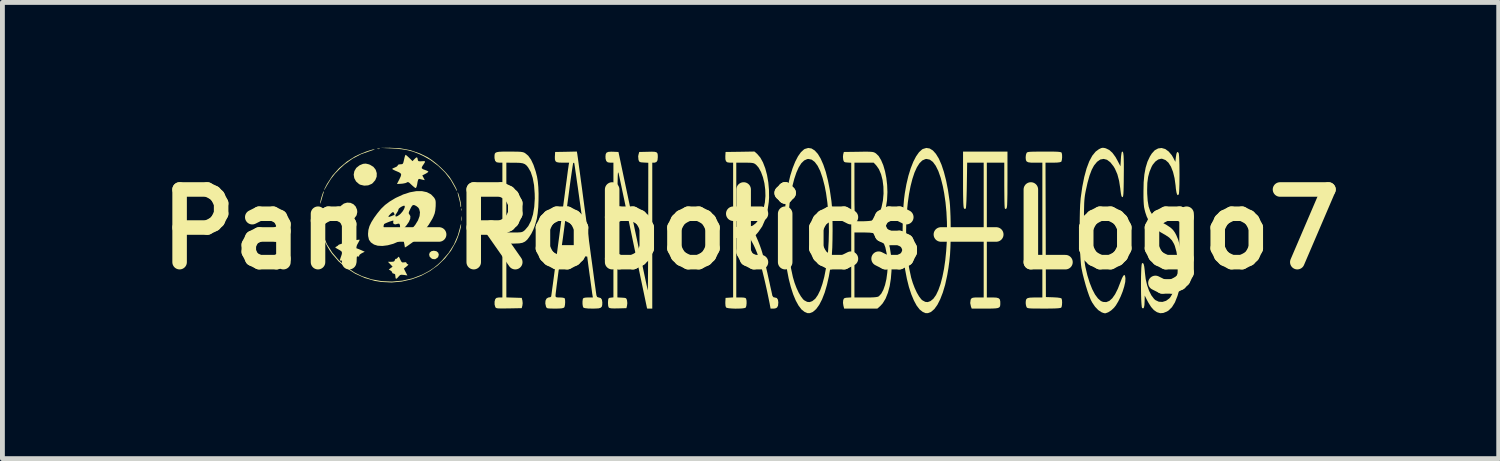
<source format=kicad_pcb>
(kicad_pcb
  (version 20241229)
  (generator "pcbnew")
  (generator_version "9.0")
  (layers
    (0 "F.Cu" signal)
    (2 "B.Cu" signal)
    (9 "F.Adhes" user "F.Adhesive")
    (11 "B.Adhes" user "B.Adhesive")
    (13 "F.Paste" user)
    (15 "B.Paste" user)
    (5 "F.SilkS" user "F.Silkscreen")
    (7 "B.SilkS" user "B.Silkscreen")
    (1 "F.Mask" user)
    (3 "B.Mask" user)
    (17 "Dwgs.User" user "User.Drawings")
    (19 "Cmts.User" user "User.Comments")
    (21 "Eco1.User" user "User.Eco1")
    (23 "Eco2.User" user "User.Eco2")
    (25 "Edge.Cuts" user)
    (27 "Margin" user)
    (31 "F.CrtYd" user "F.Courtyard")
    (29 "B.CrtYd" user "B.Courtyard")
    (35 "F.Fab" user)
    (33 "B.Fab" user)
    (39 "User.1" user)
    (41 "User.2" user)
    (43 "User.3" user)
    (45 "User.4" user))
  (footprint "Pan-Robotics-Logo7"
    (layer "F.Cu")
    (at 12.443 1.683)
    (property "Reference" "Pan-Robotics-Logo7" (at 0 0 0) (layer "F.SilkS") (effects (font (size 1.5 1.5) (thickness 0.3))))
    (attr board_only exclude_from_pos_files exclude_from_bom)
    (fp_poly (pts (xy -8.876 -0.07) (xy -8.874 -0.036) (xy -8.876 -0.029) (xy -8.882 -0.027) (xy -8.884 -0.049) (xy -8.882 -0.072)) (stroke (width 0) (type solid)) (fill yes) (layer "F.SilkS"))
    (fp_poly (pts (xy -5.963 -0.43) (xy -5.961 -0.396) (xy -5.963 -0.389) (xy -5.969 -0.387) (xy -5.971 -0.409) (xy -5.968 -0.432)) (stroke (width 0) (type solid)) (fill yes) (layer "F.SilkS"))
    (fp_poly (pts (xy -8.891 -0.454) (xy -8.889 -0.401) (xy -8.891 -0.364) (xy -8.895 -0.354) (xy -8.897 -0.373) (xy -8.898 -0.409) (xy -8.897 -0.45) (xy -8.895 -0.465)) (stroke (width 0) (type solid)) (fill yes) (layer "F.SilkS"))
    (fp_poly (pts (xy -7.655 -1.664) (xy -7.654 -1.658) (xy -7.68 -1.656) (xy -7.684 -1.656) (xy -7.709 -1.659) (xy -7.707 -1.663) (xy -7.704 -1.664) (xy -7.668 -1.667)) (stroke (width 0) (type solid)) (fill yes) (layer "F.SilkS"))
    (fp_poly (pts (xy -5.962 -0.258) (xy -5.959 -0.209) (xy -5.962 -0.176) (xy -5.966 -0.169) (xy -5.968 -0.191) (xy -5.969 -0.221) (xy -5.968 -0.258) (xy -5.965 -0.269)) (stroke (width 0) (type solid)) (fill yes) (layer "F.SilkS"))
    (fp_poly (pts (xy -8.891 -0.233) (xy -8.891 -0.233) (xy -8.889 -0.18) (xy -8.891 -0.135) (xy -8.895 -0.126) (xy -8.897 -0.145) (xy -8.898 -0.188) (xy -8.897 -0.23) (xy -8.895 -0.246)) (stroke (width 0) (type solid)) (fill yes) (layer "F.SilkS"))
    (fp_poly (pts (xy -6.484 0.453) (xy -6.448 0.483) (xy -6.435 0.524) (xy -6.448 0.569) (xy -6.465 0.589) (xy -6.511 0.618) (xy -6.562 0.614) (xy -6.583 0.604) (xy -6.623 0.567) (xy -6.635 0.524) (xy -6.624 0.483) (xy -6.59 0.453) (xy -6.54 0.442)) (stroke (width 0) (type solid)) (fill yes) (layer "F.SilkS"))
    (fp_poly (pts (xy -8.808 -0.773) (xy -8.813 -0.757) (xy -8.822 -0.727) (xy -8.837 -0.677) (xy -8.854 -0.616) (xy -8.855 -0.614) (xy -8.869 -0.564) (xy -8.88 -0.535) (xy -8.886 -0.531) (xy -8.886 -0.534) (xy -8.882 -0.565) (xy -8.871 -0.613) (xy -8.856 -0.668) (xy -8.839 -0.72) (xy -8.824 -0.762) (xy -8.813 -0.784) (xy -8.811 -0.786)) (stroke (width 0) (type solid)) (fill yes) (layer "F.SilkS"))
    (fp_poly (pts (xy -6.038 -0.754) (xy -6.024 -0.714) (xy -6.015 -0.685) (xy -5.998 -0.62) (xy -5.984 -0.557) (xy -5.976 -0.504) (xy -5.975 -0.469) (xy -5.98 -0.458) (xy -5.988 -0.472) (xy -5.99 -0.495) (xy -5.994 -0.53) (xy -6.005 -0.583) (xy -6.021 -0.646) (xy -6.022 -0.647) (xy -6.038 -0.71) (xy -6.046 -0.75) (xy -6.046 -0.765)) (stroke (width 0) (type solid)) (fill yes) (layer "F.SilkS"))
    (fp_poly (pts (xy -8.259 -0.546) (xy -8.198 -0.518) (xy -8.151 -0.47) (xy -8.123 -0.404) (xy -8.118 -0.356) (xy -8.132 -0.29) (xy -8.171 -0.236) (xy -8.228 -0.199) (xy -8.296 -0.181) (xy -8.368 -0.187) (xy -8.416 -0.206) (xy -8.472 -0.252) (xy -8.502 -0.314) (xy -8.506 -0.382) (xy -8.483 -0.449) (xy -8.457 -0.484) (xy -8.395 -0.531) (xy -8.327 -0.551)) (stroke (width 0) (type solid)) (fill yes) (layer "F.SilkS"))
    (fp_poly (pts (xy -7.883 -1.342) (xy -7.856 -1.332) (xy -7.785 -1.289) (xy -7.738 -1.229) (xy -7.716 -1.159) (xy -7.718 -1.085) (xy -7.747 -1.014) (xy -7.801 -0.952) (xy -7.821 -0.937) (xy -7.893 -0.907) (xy -7.975 -0.901) (xy -8.053 -0.919) (xy -8.08 -0.932) (xy -8.143 -0.987) (xy -8.18 -1.055) (xy -8.192 -1.128) (xy -8.178 -1.201) (xy -8.139 -1.267) (xy -8.075 -1.318) (xy -8.062 -1.325) (xy -7.998 -1.351) (xy -7.943 -1.356)) (stroke (width 0) (type solid)) (fill yes) (layer "F.SilkS"))
    (fp_poly (pts (xy -7.762 -1.647) (xy -7.788 -1.637) (xy -7.835 -1.622) (xy -7.846 -1.618) (xy -8.042 -1.549) (xy -8.219 -1.456) (xy -8.383 -1.337) (xy -8.467 -1.261) (xy -8.575 -1.15) (xy -8.662 -1.039) (xy -8.737 -0.917) (xy -8.75 -0.894) (xy -8.777 -0.847) (xy -8.796 -0.816) (xy -8.804 -0.808) (xy -8.805 -0.809) (xy -8.797 -0.829) (xy -8.778 -0.87) (xy -8.75 -0.923) (xy -8.746 -0.932) (xy -8.632 -1.106) (xy -8.493 -1.263) (xy -8.331 -1.399) (xy -8.167 -1.503) (xy -8.095 -1.538) (xy -8.015 -1.573) (xy -7.934 -1.605) (xy -7.859 -1.63) (xy -7.799 -1.647) (xy -7.763 -1.652)) (stroke (width 0) (type solid)) (fill yes) (layer "F.SilkS"))
    (fp_poly (pts (xy -7.229 -1.672) (xy -7.021 -1.633) (xy -6.822 -1.564) (xy -6.665 -1.487) (xy -6.578 -1.429) (xy -6.482 -1.354) (xy -6.386 -1.268) (xy -6.298 -1.18) (xy -6.226 -1.096) (xy -6.203 -1.065) (xy -6.166 -1.006) (xy -6.13 -0.944) (xy -6.097 -0.885) (xy -6.073 -0.836) (xy -6.06 -0.802) (xy -6.06 -0.792) (xy -6.07 -0.801) (xy -6.087 -0.833) (xy -6.098 -0.855) (xy -6.188 -1.016) (xy -6.305 -1.169) (xy -6.446 -1.307) (xy -6.605 -1.427) (xy -6.743 -1.506) (xy -6.861 -1.561) (xy -6.971 -1.603) (xy -7.081 -1.632) (xy -7.201 -1.652) (xy -7.34 -1.665) (xy -7.406 -1.669) (xy -7.635 -1.68) (xy -7.452 -1.683)) (stroke (width 0) (type solid)) (fill yes) (layer "F.SilkS"))
    (fp_poly (pts (xy -7.259 0.569) (xy -7.245 0.593) (xy -7.232 0.622) (xy -7.211 0.664) (xy -7.192 0.683) (xy -7.166 0.684) (xy -7.152 0.682) (xy -7.116 0.679) (xy -7.103 0.691) (xy -7.103 0.696) (xy -7.089 0.717) (xy -7.074 0.721) (xy -7.063 0.726) (xy -7.075 0.744) (xy -7.101 0.767) (xy -7.156 0.812) (xy -7.12 0.883) (xy -7.084 0.953) (xy -7.157 0.942) (xy -7.204 0.938) (xy -7.233 0.944) (xy -7.259 0.968) (xy -7.27 0.982) (xy -7.297 1.011) (xy -7.317 1.022) (xy -7.321 1.021) (xy -7.329 0.997) (xy -7.332 0.963) (xy -7.338 0.928) (xy -7.359 0.917) (xy -7.365 0.916) (xy -7.391 0.907) (xy -7.397 0.893) (xy -7.41 0.867) (xy -7.433 0.85) (xy -7.468 0.831) (xy -7.429 0.801) (xy -7.389 0.771) (xy -7.437 0.721) (xy -7.485 0.671) (xy -7.419 0.671) (xy -7.374 0.668) (xy -7.351 0.655) (xy -7.343 0.635) (xy -7.331 0.611) (xy -7.322 0.61) (xy -7.305 0.607) (xy -7.286 0.588) (xy -7.271 0.569)) (stroke (width 0) (type solid)) (fill yes) (layer "F.SilkS"))
    (fp_poly (pts (xy -5.975 -0.101) (xy -5.98 -0.046) (xy -5.998 0.03) (xy -6.025 0.117) (xy -6.058 0.206) (xy -6.081 0.259) (xy -6.182 0.44) (xy -6.308 0.602) (xy -6.455 0.744) (xy -6.621 0.864) (xy -6.802 0.961) (xy -6.996 1.033) (xy -7.2 1.079) (xy -7.41 1.098) (xy -7.623 1.087) (xy -7.757 1.065) (xy -7.965 1.005) (xy -8.16 0.917) (xy -8.339 0.803) (xy -8.5 0.666) (xy -8.638 0.507) (xy -8.688 0.436) (xy -8.728 0.368) (xy -8.77 0.289) (xy -8.808 0.208) (xy -8.839 0.132) (xy -8.861 0.068) (xy -8.87 0.024) (xy -8.87 0.021) (xy -8.865 0.022) (xy -8.852 0.049) (xy -8.834 0.096) (xy -8.823 0.127) (xy -8.742 0.312) (xy -8.632 0.484) (xy -8.498 0.641) (xy -8.343 0.779) (xy -8.17 0.894) (xy -8.021 0.967) (xy -7.823 1.033) (xy -7.614 1.07) (xy -7.401 1.079) (xy -7.188 1.06) (xy -6.982 1.013) (xy -6.787 0.939) (xy -6.755 0.923) (xy -6.642 0.863) (xy -6.547 0.8) (xy -6.457 0.728) (xy -6.373 0.648) (xy -6.234 0.488) (xy -6.123 0.313) (xy -6.042 0.124) (xy -6.001 -0.025) (xy -5.989 -0.074) (xy -5.98 -0.102) (xy -5.975 -0.104)) (stroke (width 0) (type solid)) (fill yes) (layer "F.SilkS"))
    (fp_poly (pts (xy 6.18 -1.604) (xy 6.268 -1.603) (xy 6.332 -1.601) (xy 6.375 -1.597) (xy 6.402 -1.592) (xy 6.416 -1.586) (xy 6.422 -1.578) (xy 6.43 -1.537) (xy 6.431 -1.484) (xy 6.426 -1.434) (xy 6.416 -1.399) (xy 6.412 -1.394) (xy 6.384 -1.384) (xy 6.327 -1.377) (xy 6.245 -1.375) (xy 6.24 -1.375) (xy 6.088 -1.375) (xy 6.092 0.012) (xy 6.096 1.399) (xy 6.251 1.404) (xy 6.334 1.409) (xy 6.39 1.417) (xy 6.418 1.427) (xy 6.419 1.429) (xy 6.428 1.462) (xy 6.431 1.511) (xy 6.428 1.562) (xy 6.42 1.603) (xy 6.412 1.617) (xy 6.393 1.624) (xy 6.351 1.63) (xy 6.283 1.634) (xy 6.187 1.636) (xy 6.061 1.637) (xy 6.053 1.637) (xy 5.939 1.636) (xy 5.853 1.636) (xy 5.791 1.634) (xy 5.75 1.631) (xy 5.723 1.626) (xy 5.707 1.619) (xy 5.699 1.609) (xy 5.696 1.605) (xy 5.684 1.565) (xy 5.679 1.522) (xy 5.682 1.473) (xy 5.693 1.44) (xy 5.72 1.42) (xy 5.766 1.411) (xy 5.837 1.408) (xy 5.868 1.407) (xy 6.023 1.407) (xy 6.023 0.016) (xy 6.023 -1.375) (xy 5.868 -1.375) (xy 5.787 -1.376) (xy 5.733 -1.383) (xy 5.7 -1.399) (xy 5.684 -1.427) (xy 5.679 -1.471) (xy 5.679 -1.489) (xy 5.684 -1.537) (xy 5.696 -1.572) (xy 5.703 -1.583) (xy 5.716 -1.591) (xy 5.737 -1.596) (xy 5.772 -1.6) (xy 5.825 -1.602) (xy 5.899 -1.603) (xy 6 -1.604) (xy 6.062 -1.604)) (stroke (width 0) (type solid)) (fill yes) (layer "F.SilkS"))
    (fp_poly (pts (xy -8.349 0.124) (xy -8.318 0.159) (xy -8.314 0.164) (xy -8.278 0.204) (xy -8.254 0.222) (xy -8.236 0.221) (xy -8.226 0.214) (xy -8.205 0.202) (xy -8.199 0.212) (xy -8.188 0.224) (xy -8.151 0.224) (xy -8.134 0.221) (xy -8.093 0.216) (xy -8.07 0.216) (xy -8.068 0.218) (xy -8.076 0.235) (xy -8.095 0.272) (xy -8.109 0.297) (xy -8.137 0.349) (xy -8.148 0.379) (xy -8.144 0.391) (xy -8.136 0.393) (xy -8.114 0.399) (xy -8.073 0.415) (xy -8.043 0.428) (xy -7.964 0.463) (xy -8.026 0.494) (xy -8.065 0.52) (xy -8.08 0.543) (xy -8.079 0.547) (xy -8.082 0.563) (xy -8.102 0.561) (xy -8.123 0.56) (xy -8.132 0.578) (xy -8.135 0.616) (xy -8.139 0.678) (xy -8.149 0.711) (xy -8.17 0.715) (xy -8.204 0.694) (xy -8.224 0.678) (xy -8.28 0.639) (xy -8.329 0.622) (xy -8.364 0.629) (xy -8.368 0.632) (xy -8.39 0.641) (xy -8.424 0.646) (xy -8.458 0.647) (xy -8.477 0.642) (xy -8.478 0.64) (xy -8.473 0.62) (xy -8.46 0.58) (xy -8.449 0.551) (xy -8.434 0.508) (xy -8.431 0.479) (xy -8.442 0.458) (xy -8.473 0.435) (xy -8.528 0.404) (xy -8.53 0.403) (xy -8.564 0.383) (xy -8.572 0.371) (xy -8.557 0.36) (xy -8.547 0.356) (xy -8.519 0.338) (xy -8.51 0.327) (xy -8.496 0.316) (xy -8.463 0.306) (xy -8.432 0.295) (xy -8.415 0.273) (xy -8.405 0.228) (xy -8.404 0.226) (xy -8.393 0.159) (xy -8.383 0.121) (xy -8.37 0.11)) (stroke (width 0) (type solid)) (fill yes) (layer "F.SilkS"))
    (fp_poly (pts (xy 5.303 -1.025) (xy 5.302 -0.867) (xy 5.302 -0.739) (xy 5.3 -0.637) (xy 5.298 -0.56) (xy 5.296 -0.503) (xy 5.292 -0.464) (xy 5.287 -0.44) (xy 5.281 -0.428) (xy 5.28 -0.427) (xy 5.259 -0.418) (xy 5.247 -0.435) (xy 5.245 -0.457) (xy 5.242 -0.508) (xy 5.24 -0.583) (xy 5.239 -0.677) (xy 5.238 -0.786) (xy 5.237 -0.906) (xy 5.237 -0.918) (xy 5.237 -1.375) (xy 5.057 -1.375) (xy 4.877 -1.375) (xy 4.877 0.016) (xy 4.877 1.407) (xy 4.999 1.407) (xy 5.072 1.41) (xy 5.118 1.422) (xy 5.144 1.445) (xy 5.154 1.486) (xy 5.155 1.522) (xy 5.154 1.562) (xy 5.149 1.591) (xy 5.134 1.611) (xy 5.106 1.625) (xy 5.061 1.632) (xy 4.993 1.636) (xy 4.9 1.637) (xy 4.843 1.637) (xy 4.565 1.637) (xy 4.549 1.595) (xy 4.534 1.523) (xy 4.542 1.458) (xy 4.55 1.439) (xy 4.564 1.423) (xy 4.588 1.413) (xy 4.629 1.408) (xy 4.689 1.407) (xy 4.812 1.407) (xy 4.812 0.016) (xy 4.812 -1.375) (xy 4.641 -1.375) (xy 4.471 -1.375) (xy 4.464 -0.921) (xy 4.462 -0.801) (xy 4.459 -0.691) (xy 4.456 -0.595) (xy 4.452 -0.518) (xy 4.448 -0.464) (xy 4.445 -0.438) (xy 4.445 -0.437) (xy 4.429 -0.418) (xy 4.409 -0.427) (xy 4.403 -0.437) (xy 4.398 -0.459) (xy 4.394 -0.496) (xy 4.391 -0.549) (xy 4.389 -0.623) (xy 4.387 -0.72) (xy 4.386 -0.844) (xy 4.386 -0.997) (xy 4.386 -1.025) (xy 4.386 -1.604) (xy 4.844 -1.604) (xy 5.303 -1.604)) (stroke (width 0) (type solid)) (fill yes) (layer "F.SilkS"))
    (fp_poly (pts (xy -7.106 -1.528) (xy -7.075 -1.501) (xy -7.045 -1.473) (xy -6.978 -1.407) (xy -6.939 -1.448) (xy -6.905 -1.48) (xy -6.884 -1.485) (xy -6.874 -1.463) (xy -6.871 -1.445) (xy -6.865 -1.418) (xy -6.851 -1.406) (xy -6.82 -1.403) (xy -6.786 -1.405) (xy -6.741 -1.407) (xy -6.72 -1.402) (xy -6.722 -1.384) (xy -6.745 -1.347) (xy -6.762 -1.323) (xy -6.786 -1.283) (xy -6.786 -1.258) (xy -6.759 -1.239) (xy -6.726 -1.227) (xy -6.683 -1.211) (xy -6.655 -1.196) (xy -6.651 -1.192) (xy -6.66 -1.178) (xy -6.69 -1.157) (xy -6.71 -1.146) (xy -6.776 -1.112) (xy -6.75 -1.063) (xy -6.725 -1.014) (xy -6.771 -1.024) (xy -6.811 -1.033) (xy -6.836 -1.04) (xy -6.851 -1.038) (xy -6.863 -1.019) (xy -6.874 -0.978) (xy -6.882 -0.927) (xy -6.893 -0.882) (xy -6.906 -0.855) (xy -6.913 -0.851) (xy -6.934 -0.862) (xy -6.968 -0.89) (xy -7 -0.919) (xy -7.04 -0.957) (xy -7.066 -0.974) (xy -7.084 -0.973) (xy -7.093 -0.967) (xy -7.123 -0.954) (xy -7.173 -0.944) (xy -7.209 -0.94) (xy -7.299 -0.935) (xy -7.248 -1.035) (xy -7.222 -1.09) (xy -7.212 -1.127) (xy -7.222 -1.153) (xy -7.255 -1.176) (xy -7.315 -1.202) (xy -7.326 -1.206) (xy -7.368 -1.226) (xy -7.394 -1.242) (xy -7.397 -1.247) (xy -7.384 -1.258) (xy -7.349 -1.273) (xy -7.34 -1.277) (xy -7.303 -1.295) (xy -7.284 -1.315) (xy -7.283 -1.319) (xy -7.268 -1.337) (xy -7.228 -1.342) (xy -7.197 -1.344) (xy -7.179 -1.353) (xy -7.167 -1.378) (xy -7.155 -1.427) (xy -7.152 -1.44) (xy -7.14 -1.492) (xy -7.128 -1.527) (xy -7.122 -1.538)) (stroke (width 0) (type solid)) (fill yes) (layer "F.SilkS"))
    (fp_poly (pts (xy -4.875 -1.603) (xy -4.799 -1.602) (xy -4.745 -1.599) (xy -4.706 -1.593) (xy -4.678 -1.585) (xy -4.656 -1.573) (xy -4.654 -1.572) (xy -4.589 -1.518) (xy -4.532 -1.438) (xy -4.481 -1.33) (xy -4.435 -1.193) (xy -4.408 -1.088) (xy -4.392 -0.991) (xy -4.381 -0.87) (xy -4.376 -0.735) (xy -4.377 -0.594) (xy -4.382 -0.457) (xy -4.394 -0.332) (xy -4.41 -0.228) (xy -4.415 -0.206) (xy -4.448 -0.089) (xy -4.483 0.005) (xy -4.523 0.087) (xy -4.567 0.156) (xy -4.611 0.215) (xy -4.656 0.254) (xy -4.709 0.279) (xy -4.777 0.291) (xy -4.868 0.294) (xy -4.881 0.295) (xy -5.041 0.295) (xy -5.041 0.85) (xy -5.041 1.406) (xy -4.882 1.411) (xy -4.724 1.416) (xy -4.71 1.469) (xy -4.704 1.524) (xy -4.71 1.575) (xy -4.724 1.628) (xy -4.988 1.633) (xy -5.087 1.634) (xy -5.158 1.634) (xy -5.206 1.633) (xy -5.237 1.629) (xy -5.255 1.622) (xy -5.265 1.612) (xy -5.269 1.605) (xy -5.284 1.553) (xy -5.284 1.491) (xy -5.269 1.439) (xy -5.245 1.416) (xy -5.201 1.408) (xy -5.187 1.407) (xy -5.123 1.407) (xy -5.123 0.016) (xy -5.123 -1.375) (xy -5.041 -1.375) (xy -5.041 -0.655) (xy -5.041 0.065) (xy -4.878 0.065) (xy -4.803 0.065) (xy -4.752 0.062) (xy -4.718 0.056) (xy -4.692 0.043) (xy -4.666 0.023) (xy -4.657 0.015) (xy -4.588 -0.066) (xy -4.532 -0.175) (xy -4.491 -0.307) (xy -4.465 -0.462) (xy -4.454 -0.635) (xy -4.456 -0.735) (xy -4.469 -0.91) (xy -4.497 -1.06) (xy -4.538 -1.184) (xy -4.591 -1.276) (xy -4.624 -1.317) (xy -4.659 -1.345) (xy -4.702 -1.362) (xy -4.76 -1.371) (xy -4.842 -1.374) (xy -4.873 -1.374) (xy -5.041 -1.375) (xy -5.123 -1.375) (xy -5.187 -1.375) (xy -5.241 -1.383) (xy -5.272 -1.412) (xy -5.285 -1.465) (xy -5.286 -1.489) (xy -5.285 -1.529) (xy -5.28 -1.559) (xy -5.265 -1.579) (xy -5.237 -1.592) (xy -5.19 -1.6) (xy -5.122 -1.603) (xy -5.027 -1.604) (xy -4.979 -1.604)) (stroke (width 0) (type solid)) (fill yes) (layer "F.SilkS"))
    (fp_poly (pts (xy 1.258 -1.668) (xy 1.324 -1.627) (xy 1.388 -1.557) (xy 1.447 -1.459) (xy 1.502 -1.334) (xy 1.553 -1.183) (xy 1.597 -1.008) (xy 1.636 -0.81) (xy 1.668 -0.59) (xy 1.671 -0.565) (xy 1.678 -0.49) (xy 1.684 -0.389) (xy 1.688 -0.269) (xy 1.692 -0.137) (xy 1.693 -0.001) (xy 1.693 0.025) (xy 1.691 0.214) (xy 1.687 0.378) (xy 1.678 0.525) (xy 1.665 0.662) (xy 1.647 0.797) (xy 1.622 0.939) (xy 1.618 0.964) (xy 1.577 1.146) (xy 1.53 1.307) (xy 1.476 1.446) (xy 1.417 1.56) (xy 1.354 1.647) (xy 1.288 1.704) (xy 1.275 1.711) (xy 1.222 1.731) (xy 1.173 1.73) (xy 1.115 1.705) (xy 1.113 1.704) (xy 1.051 1.655) (xy 0.991 1.576) (xy 0.933 1.471) (xy 0.879 1.342) (xy 0.831 1.192) (xy 0.788 1.024) (xy 0.753 0.842) (xy 0.745 0.789) (xy 0.725 0.617) (xy 0.711 0.42) (xy 0.702 0.209) (xy 0.701 0.026) (xy 0.772 0.026) (xy 0.776 0.226) (xy 0.787 0.424) (xy 0.807 0.618) (xy 0.835 0.806) (xy 0.873 0.984) (xy 0.876 0.995) (xy 0.908 1.104) (xy 0.948 1.21) (xy 0.993 1.307) (xy 1.04 1.387) (xy 1.085 1.446) (xy 1.111 1.468) (xy 1.168 1.498) (xy 1.218 1.503) (xy 1.274 1.483) (xy 1.275 1.482) (xy 1.335 1.434) (xy 1.389 1.357) (xy 1.439 1.254) (xy 1.483 1.127) (xy 1.522 0.981) (xy 1.554 0.817) (xy 1.58 0.639) (xy 1.6 0.449) (xy 1.612 0.252) (xy 1.617 0.05) (xy 1.615 -0.154) (xy 1.604 -0.357) (xy 1.585 -0.556) (xy 1.558 -0.747) (xy 1.53 -0.892) (xy 1.486 -1.062) (xy 1.438 -1.202) (xy 1.384 -1.311) (xy 1.325 -1.39) (xy 1.263 -1.437) (xy 1.196 -1.452) (xy 1.169 -1.449) (xy 1.107 -1.421) (xy 1.048 -1.364) (xy 0.994 -1.279) (xy 0.946 -1.171) (xy 0.902 -1.041) (xy 0.864 -0.893) (xy 0.833 -0.729) (xy 0.807 -0.552) (xy 0.789 -0.366) (xy 0.777 -0.172) (xy 0.772 0.026) (xy 0.701 0.026) (xy 0.7 -0.009) (xy 0.704 -0.226) (xy 0.714 -0.434) (xy 0.73 -0.623) (xy 0.745 -0.745) (xy 0.778 -0.931) (xy 0.819 -1.104) (xy 0.867 -1.259) (xy 0.921 -1.394) (xy 0.979 -1.506) (xy 1.04 -1.592) (xy 1.103 -1.649) (xy 1.119 -1.658) (xy 1.19 -1.679)) (stroke (width 0) (type solid)) (fill yes) (layer "F.SilkS"))
    (fp_poly (pts (xy 3.697 -1.668) (xy 3.763 -1.627) (xy 3.826 -1.557) (xy 3.886 -1.459) (xy 3.941 -1.334) (xy 3.991 -1.183) (xy 4.036 -1.008) (xy 4.075 -0.81) (xy 4.107 -0.59) (xy 4.11 -0.565) (xy 4.117 -0.49) (xy 4.122 -0.389) (xy 4.127 -0.269) (xy 4.13 -0.137) (xy 4.131 -0.001) (xy 4.131 0.025) (xy 4.13 0.214) (xy 4.125 0.378) (xy 4.117 0.525) (xy 4.103 0.662) (xy 4.085 0.797) (xy 4.061 0.939) (xy 4.056 0.964) (xy 4.016 1.146) (xy 3.968 1.307) (xy 3.914 1.446) (xy 3.856 1.56) (xy 3.793 1.647) (xy 3.727 1.704) (xy 3.714 1.711) (xy 3.66 1.731) (xy 3.611 1.73) (xy 3.553 1.705) (xy 3.552 1.704) (xy 3.49 1.655) (xy 3.429 1.576) (xy 3.372 1.471) (xy 3.318 1.342) (xy 3.269 1.192) (xy 3.227 1.024) (xy 3.192 0.842) (xy 3.184 0.789) (xy 3.163 0.617) (xy 3.149 0.42) (xy 3.141 0.209) (xy 3.139 0.026) (xy 3.211 0.026) (xy 3.214 0.226) (xy 3.226 0.424) (xy 3.246 0.618) (xy 3.274 0.806) (xy 3.312 0.984) (xy 3.314 0.995) (xy 3.347 1.104) (xy 3.387 1.21) (xy 3.432 1.307) (xy 3.479 1.387) (xy 3.524 1.446) (xy 3.55 1.468) (xy 3.606 1.498) (xy 3.656 1.503) (xy 3.712 1.483) (xy 3.714 1.482) (xy 3.773 1.434) (xy 3.828 1.357) (xy 3.877 1.254) (xy 3.922 1.127) (xy 3.96 0.981) (xy 3.993 0.817) (xy 4.019 0.639) (xy 4.038 0.449) (xy 4.051 0.252) (xy 4.056 0.05) (xy 4.053 -0.154) (xy 4.043 -0.357) (xy 4.024 -0.556) (xy 3.996 -0.747) (xy 3.968 -0.892) (xy 3.925 -1.062) (xy 3.876 -1.202) (xy 3.822 -1.311) (xy 3.764 -1.39) (xy 3.701 -1.437) (xy 3.634 -1.452) (xy 3.608 -1.449) (xy 3.545 -1.421) (xy 3.487 -1.364) (xy 3.433 -1.279) (xy 3.384 -1.171) (xy 3.341 -1.041) (xy 3.303 -0.893) (xy 3.271 -0.729) (xy 3.246 -0.552) (xy 3.227 -0.366) (xy 3.215 -0.172) (xy 3.211 0.026) (xy 3.139 0.026) (xy 3.139 -0.009) (xy 3.143 -0.226) (xy 3.152 -0.434) (xy 3.168 -0.623) (xy 3.184 -0.745) (xy 3.217 -0.931) (xy 3.258 -1.104) (xy 3.306 -1.259) (xy 3.359 -1.394) (xy 3.417 -1.506) (xy 3.478 -1.592) (xy 3.541 -1.649) (xy 3.558 -1.658) (xy 3.628 -1.679)) (stroke (width 0) (type solid)) (fill yes) (layer "F.SilkS"))
    (fp_poly (pts (xy -1.978 -1.599) (xy -1.943 -1.59) (xy -1.924 -1.571) (xy -1.916 -1.538) (xy -1.915 -1.49) (xy -1.915 -1.488) (xy -1.921 -1.425) (xy -1.943 -1.389) (xy -1.981 -1.375) (xy -1.992 -1.375) (xy -2.029 -1.375) (xy -2.029 0.131) (xy -2.029 1.637) (xy -2.083 1.637) (xy -2.136 1.636) (xy -2.413 0.315) (xy -2.456 0.109) (xy -2.498 -0.091) (xy -2.538 -0.28) (xy -2.576 -0.458) (xy -2.61 -0.621) (xy -2.641 -0.766) (xy -2.667 -0.891) (xy -2.689 -0.993) (xy -2.705 -1.069) (xy -2.716 -1.118) (xy -2.718 -1.129) (xy -2.723 -1.151) (xy -2.728 -1.166) (xy -2.732 -1.174) (xy -2.735 -1.172) (xy -2.738 -1.159) (xy -2.74 -1.132) (xy -2.742 -1.091) (xy -2.743 -1.032) (xy -2.745 -0.954) (xy -2.746 -0.855) (xy -2.746 -0.733) (xy -2.747 -0.586) (xy -2.747 -0.413) (xy -2.748 -0.211) (xy -2.748 0.021) (xy -2.748 0.077) (xy -2.749 1.406) (xy -2.656 1.411) (xy -2.603 1.415) (xy -2.574 1.422) (xy -2.559 1.439) (xy -2.55 1.469) (xy -2.544 1.524) (xy -2.55 1.575) (xy -2.563 1.628) (xy -2.736 1.633) (xy -2.818 1.634) (xy -2.874 1.632) (xy -2.908 1.626) (xy -2.926 1.616) (xy -2.928 1.614) (xy -2.939 1.582) (xy -2.943 1.53) (xy -2.943 1.503) (xy -2.939 1.452) (xy -2.931 1.426) (xy -2.913 1.415) (xy -2.885 1.411) (xy -2.831 1.405) (xy -2.831 0.015) (xy -2.831 -1.375) (xy -2.896 -1.375) (xy -2.947 -1.382) (xy -2.978 -1.408) (xy -2.993 -1.456) (xy -2.995 -1.503) (xy -2.99 -1.551) (xy -2.973 -1.582) (xy -2.936 -1.598) (xy -2.876 -1.602) (xy -2.838 -1.601) (xy -2.727 -1.596) (xy -2.428 -0.18) (xy -2.384 0.031) (xy -2.341 0.232) (xy -2.301 0.423) (xy -2.264 0.599) (xy -2.229 0.76) (xy -2.199 0.903) (xy -2.173 1.025) (xy -2.152 1.124) (xy -2.136 1.198) (xy -2.126 1.244) (xy -2.122 1.26) (xy -2.121 1.248) (xy -2.12 1.206) (xy -2.119 1.135) (xy -2.118 1.039) (xy -2.117 0.92) (xy -2.116 0.78) (xy -2.115 0.621) (xy -2.114 0.446) (xy -2.114 0.257) (xy -2.113 0.058) (xy -2.113 -0.044) (xy -2.111 -1.373) (xy -2.205 -1.378) (xy -2.258 -1.382) (xy -2.288 -1.39) (xy -2.303 -1.407) (xy -2.314 -1.436) (xy -2.32 -1.507) (xy -2.313 -1.542) (xy -2.298 -1.596) (xy -2.12 -1.6) (xy -2.035 -1.602)) (stroke (width 0) (type solid)) (fill yes) (layer "F.SilkS"))
    (fp_poly (pts (xy 0.139 -1.553) (xy 0.201 -1.48) (xy 0.256 -1.381) (xy 0.303 -1.259) (xy 0.34 -1.121) (xy 0.366 -0.97) (xy 0.38 -0.813) (xy 0.382 -0.654) (xy 0.376 -0.565) (xy 0.348 -0.372) (xy 0.303 -0.203) (xy 0.241 -0.061) (xy 0.161 0.055) (xy 0.16 0.056) (xy 0.104 0.121) (xy 0.159 0.25) (xy 0.191 0.331) (xy 0.221 0.416) (xy 0.25 0.511) (xy 0.28 0.621) (xy 0.312 0.751) (xy 0.348 0.906) (xy 0.368 0.998) (xy 0.391 1.101) (xy 0.411 1.194) (xy 0.429 1.273) (xy 0.442 1.333) (xy 0.449 1.367) (xy 0.45 1.371) (xy 0.47 1.401) (xy 0.496 1.407) (xy 0.541 1.418) (xy 0.565 1.453) (xy 0.573 1.51) (xy 0.567 1.576) (xy 0.546 1.616) (xy 0.508 1.634) (xy 0.476 1.637) (xy 0.413 1.637) (xy 0.394 1.534) (xy 0.369 1.411) (xy 0.341 1.277) (xy 0.31 1.138) (xy 0.278 1) (xy 0.246 0.87) (xy 0.217 0.753) (xy 0.191 0.657) (xy 0.171 0.589) (xy 0.14 0.503) (xy 0.104 0.414) (xy 0.069 0.336) (xy 0.052 0.303) (xy -0.011 0.188) (xy -0.153 0.183) (xy -0.295 0.179) (xy -0.295 0.793) (xy -0.295 1.407) (xy -0.198 1.407) (xy -0.139 1.41) (xy -0.106 1.418) (xy -0.092 1.433) (xy -0.083 1.475) (xy -0.082 1.527) (xy -0.087 1.577) (xy -0.098 1.612) (xy -0.101 1.617) (xy -0.128 1.627) (xy -0.178 1.634) (xy -0.243 1.637) (xy -0.316 1.638) (xy -0.387 1.635) (xy -0.448 1.63) (xy -0.491 1.621) (xy -0.506 1.613) (xy -0.517 1.583) (xy -0.521 1.532) (xy -0.521 1.503) (xy -0.516 1.416) (xy -0.438 1.411) (xy -0.36 1.406) (xy -0.36 0.015) (xy -0.36 -1.375) (xy -0.295 -1.375) (xy -0.295 -0.712) (xy -0.295 -0.049) (xy -0.151 -0.049) (xy -0.068 -0.051) (xy -0.008 -0.059) (xy 0.036 -0.073) (xy 0.049 -0.079) (xy 0.113 -0.13) (xy 0.173 -0.208) (xy 0.225 -0.309) (xy 0.267 -0.426) (xy 0.296 -0.555) (xy 0.296 -0.561) (xy 0.307 -0.687) (xy 0.303 -0.819) (xy 0.286 -0.95) (xy 0.256 -1.073) (xy 0.216 -1.182) (xy 0.167 -1.272) (xy 0.114 -1.332) (xy 0.089 -1.351) (xy 0.065 -1.363) (xy 0.033 -1.37) (xy -0.014 -1.374) (xy -0.084 -1.375) (xy -0.116 -1.375) (xy -0.295 -1.375) (xy -0.36 -1.375) (xy -0.424 -1.375) (xy -0.476 -1.381) (xy -0.507 -1.403) (xy -0.52 -1.446) (xy -0.521 -1.508) (xy -0.516 -1.596) (xy -0.218 -1.6) (xy 0.08 -1.605)) (stroke (width 0) (type solid)) (fill yes) (layer "F.SilkS"))
    (fp_poly (pts (xy 2.472 -1.6) (xy 2.512 -1.597) (xy 2.54 -1.591) (xy 2.562 -1.582) (xy 2.583 -1.569) (xy 2.587 -1.567) (xy 2.644 -1.512) (xy 2.694 -1.429) (xy 2.739 -1.323) (xy 2.775 -1.2) (xy 2.802 -1.063) (xy 2.819 -0.917) (xy 2.825 -0.768) (xy 2.818 -0.62) (xy 2.816 -0.595) (xy 2.792 -0.442) (xy 2.759 -0.301) (xy 2.716 -0.181) (xy 2.698 -0.143) (xy 2.667 -0.082) (xy 2.727 0.001) (xy 2.789 0.108) (xy 2.838 0.236) (xy 2.875 0.38) (xy 2.899 0.535) (xy 2.91 0.697) (xy 2.909 0.86) (xy 2.896 1.019) (xy 2.872 1.171) (xy 2.835 1.31) (xy 2.787 1.431) (xy 2.727 1.529) (xy 2.676 1.585) (xy 2.617 1.637) (xy 2.275 1.637) (xy 1.932 1.637) (xy 1.916 1.575) (xy 1.908 1.519) (xy 1.912 1.467) (xy 1.912 1.464) (xy 1.924 1.434) (xy 1.943 1.419) (xy 1.982 1.412) (xy 2.002 1.411) (xy 2.078 1.406) (xy 2.078 0.065) (xy 2.144 0.065) (xy 2.144 0.736) (xy 2.144 1.407) (xy 2.378 1.407) (xy 2.476 1.407) (xy 2.547 1.404) (xy 2.596 1.399) (xy 2.629 1.392) (xy 2.648 1.382) (xy 2.697 1.33) (xy 2.74 1.251) (xy 2.776 1.149) (xy 2.804 1.028) (xy 2.822 0.893) (xy 2.827 0.826) (xy 2.827 0.661) (xy 2.811 0.509) (xy 2.782 0.373) (xy 2.739 0.26) (xy 2.684 0.172) (xy 2.671 0.158) (xy 2.63 0.12) (xy 2.586 0.094) (xy 2.531 0.078) (xy 2.458 0.069) (xy 2.362 0.066) (xy 2.333 0.065) (xy 2.144 0.065) (xy 2.078 0.065) (xy 2.078 0.016) (xy 2.078 -1.373) (xy 2.051 -1.375) (xy 2.144 -1.375) (xy 2.144 -0.78) (xy 2.144 -0.644) (xy 2.145 -0.518) (xy 2.147 -0.406) (xy 2.149 -0.311) (xy 2.151 -0.239) (xy 2.153 -0.191) (xy 2.156 -0.173) (xy 2.177 -0.169) (xy 2.223 -0.166) (xy 2.286 -0.165) (xy 2.34 -0.166) (xy 2.423 -0.17) (xy 2.48 -0.176) (xy 2.519 -0.185) (xy 2.547 -0.199) (xy 2.555 -0.205) (xy 2.62 -0.27) (xy 2.67 -0.36) (xy 2.703 -0.454) (xy 2.732 -0.592) (xy 2.745 -0.736) (xy 2.742 -0.878) (xy 2.725 -1.014) (xy 2.694 -1.136) (xy 2.649 -1.241) (xy 2.595 -1.318) (xy 2.541 -1.375) (xy 2.342 -1.375) (xy 2.144 -1.375) (xy 2.051 -1.375) (xy 2.001 -1.378) (xy 1.954 -1.383) (xy 1.93 -1.394) (xy 1.918 -1.418) (xy 1.912 -1.442) (xy 1.907 -1.496) (xy 1.912 -1.547) (xy 1.913 -1.548) (xy 1.925 -1.596) (xy 2.228 -1.6) (xy 2.335 -1.602) (xy 2.414 -1.602)) (stroke (width 0) (type solid)) (fill yes) (layer "F.SilkS"))
    (fp_poly (pts (xy 7.311 -1.677) (xy 7.334 -1.671) (xy 7.404 -1.637) (xy 7.469 -1.579) (xy 7.532 -1.493) (xy 7.574 -1.418) (xy 7.635 -1.301) (xy 7.643 -1.443) (xy 7.648 -1.509) (xy 7.655 -1.561) (xy 7.662 -1.593) (xy 7.664 -1.598) (xy 7.677 -1.604) (xy 7.687 -1.595) (xy 7.694 -1.566) (xy 7.7 -1.516) (xy 7.703 -1.442) (xy 7.705 -1.342) (xy 7.705 -1.214) (xy 7.704 -1.113) (xy 7.703 -0.978) (xy 7.701 -0.872) (xy 7.699 -0.793) (xy 7.696 -0.736) (xy 7.692 -0.697) (xy 7.687 -0.675) (xy 7.681 -0.665) (xy 7.676 -0.663) (xy 7.664 -0.67) (xy 7.653 -0.695) (xy 7.644 -0.743) (xy 7.634 -0.818) (xy 7.632 -0.839) (xy 7.607 -1.001) (xy 7.571 -1.137) (xy 7.521 -1.251) (xy 7.491 -1.301) (xy 7.425 -1.384) (xy 7.357 -1.435) (xy 7.288 -1.453) (xy 7.219 -1.44) (xy 7.152 -1.393) (xy 7.089 -1.316) (xy 7.042 -1.228) (xy 6.997 -1.109) (xy 6.955 -0.959) (xy 6.92 -0.8) (xy 6.91 -0.75) (xy 6.902 -0.704) (xy 6.896 -0.657) (xy 6.891 -0.606) (xy 6.887 -0.546) (xy 6.885 -0.474) (xy 6.883 -0.385) (xy 6.882 -0.274) (xy 6.882 -0.139) (xy 6.882 0.008) (xy 6.882 0.174) (xy 6.883 0.31) (xy 6.884 0.422) (xy 6.886 0.512) (xy 6.889 0.585) (xy 6.893 0.645) (xy 6.898 0.695) (xy 6.905 0.739) (xy 6.911 0.775) (xy 6.952 0.95) (xy 7 1.104) (xy 7.053 1.237) (xy 7.11 1.346) (xy 7.17 1.427) (xy 7.232 1.481) (xy 7.276 1.499) (xy 7.343 1.503) (xy 7.406 1.478) (xy 7.466 1.424) (xy 7.525 1.34) (xy 7.582 1.226) (xy 7.635 1.09) (xy 7.667 1.009) (xy 7.693 0.96) (xy 7.714 0.942) (xy 7.729 0.957) (xy 7.737 1.003) (xy 7.738 1.012) (xy 7.734 1.087) (xy 7.713 1.18) (xy 7.681 1.283) (xy 7.639 1.388) (xy 7.591 1.487) (xy 7.54 1.572) (xy 7.502 1.62) (xy 7.444 1.674) (xy 7.383 1.713) (xy 7.328 1.733) (xy 7.312 1.734) (xy 7.283 1.727) (xy 7.243 1.712) (xy 7.242 1.711) (xy 7.177 1.668) (xy 7.112 1.6) (xy 7.053 1.514) (xy 7.023 1.457) (xy 6.991 1.379) (xy 6.956 1.279) (xy 6.92 1.163) (xy 6.886 1.04) (xy 6.855 0.919) (xy 6.832 0.809) (xy 6.831 0.808) (xy 6.821 0.735) (xy 6.813 0.635) (xy 6.805 0.514) (xy 6.8 0.375) (xy 6.796 0.226) (xy 6.794 0.07) (xy 6.793 -0.085) (xy 6.795 -0.236) (xy 6.798 -0.377) (xy 6.803 -0.502) (xy 6.811 -0.606) (xy 6.814 -0.642) (xy 6.847 -0.875) (xy 6.888 -1.08) (xy 6.936 -1.257) (xy 6.991 -1.403) (xy 7.054 -1.52) (xy 7.124 -1.605) (xy 7.191 -1.654) (xy 7.237 -1.676) (xy 7.272 -1.683)) (stroke (width 0) (type solid)) (fill yes) (layer "F.SilkS"))
    (fp_poly (pts (xy 8.559 -1.657) (xy 8.629 -1.607) (xy 8.694 -1.53) (xy 8.726 -1.475) (xy 8.768 -1.392) (xy 8.779 -1.489) (xy 8.79 -1.557) (xy 8.804 -1.592) (xy 8.821 -1.594) (xy 8.837 -1.573) (xy 8.842 -1.547) (xy 8.846 -1.494) (xy 8.849 -1.42) (xy 8.852 -1.331) (xy 8.853 -1.231) (xy 8.854 -1.127) (xy 8.853 -1.024) (xy 8.852 -0.927) (xy 8.849 -0.843) (xy 8.846 -0.776) (xy 8.842 -0.733) (xy 8.838 -0.72) (xy 8.82 -0.704) (xy 8.804 -0.718) (xy 8.791 -0.762) (xy 8.779 -0.838) (xy 8.773 -0.904) (xy 8.752 -1.055) (xy 8.72 -1.185) (xy 8.678 -1.292) (xy 8.626 -1.375) (xy 8.565 -1.429) (xy 8.498 -1.455) (xy 8.476 -1.457) (xy 8.415 -1.441) (xy 8.355 -1.398) (xy 8.3 -1.331) (xy 8.277 -1.289) (xy 8.235 -1.188) (xy 8.206 -1.08) (xy 8.19 -0.958) (xy 8.186 -0.815) (xy 8.187 -0.736) (xy 8.197 -0.59) (xy 8.217 -0.47) (xy 8.25 -0.372) (xy 8.299 -0.292) (xy 8.365 -0.224) (xy 8.451 -0.164) (xy 8.498 -0.139) (xy 8.594 -0.085) (xy 8.666 -0.037) (xy 8.719 0.012) (xy 8.759 0.068) (xy 8.787 0.12) (xy 8.826 0.213) (xy 8.854 0.31) (xy 8.874 0.419) (xy 8.886 0.545) (xy 8.892 0.695) (xy 8.892 0.761) (xy 8.891 0.899) (xy 8.886 1.013) (xy 8.875 1.112) (xy 8.859 1.204) (xy 8.835 1.298) (xy 8.812 1.377) (xy 8.76 1.508) (xy 8.698 1.608) (xy 8.626 1.678) (xy 8.593 1.698) (xy 8.52 1.727) (xy 8.457 1.732) (xy 8.394 1.713) (xy 8.382 1.707) (xy 8.323 1.666) (xy 8.267 1.602) (xy 8.21 1.511) (xy 8.188 1.47) (xy 8.136 1.367) (xy 8.134 1.481) (xy 8.13 1.564) (xy 8.12 1.615) (xy 8.103 1.634) (xy 8.081 1.623) (xy 8.075 1.601) (xy 8.07 1.551) (xy 8.065 1.479) (xy 8.062 1.39) (xy 8.06 1.29) (xy 8.059 1.183) (xy 8.059 1.076) (xy 8.06 0.972) (xy 8.063 0.878) (xy 8.066 0.8) (xy 8.071 0.741) (xy 8.077 0.708) (xy 8.079 0.703) (xy 8.098 0.696) (xy 8.114 0.717) (xy 8.126 0.768) (xy 8.136 0.849) (xy 8.14 0.894) (xy 8.156 1.027) (xy 8.185 1.154) (xy 8.225 1.268) (xy 8.274 1.365) (xy 8.329 1.437) (xy 8.357 1.462) (xy 8.427 1.495) (xy 8.502 1.499) (xy 8.577 1.476) (xy 8.644 1.427) (xy 8.665 1.402) (xy 8.72 1.308) (xy 8.764 1.19) (xy 8.795 1.054) (xy 8.814 0.908) (xy 8.82 0.756) (xy 8.813 0.607) (xy 8.792 0.467) (xy 8.757 0.341) (xy 8.741 0.303) (xy 8.699 0.23) (xy 8.641 0.17) (xy 8.559 0.115) (xy 8.527 0.098) (xy 8.402 0.025) (xy 8.306 -0.056) (xy 8.232 -0.15) (xy 8.177 -0.263) (xy 8.147 -0.352) (xy 8.134 -0.405) (xy 8.123 -0.455) (xy 8.117 -0.509) (xy 8.113 -0.575) (xy 8.11 -0.659) (xy 8.11 -0.769) (xy 8.11 -0.777) (xy 8.114 -0.968) (xy 8.129 -1.132) (xy 8.155 -1.272) (xy 8.192 -1.394) (xy 8.243 -1.502) (xy 8.281 -1.563) (xy 8.343 -1.631) (xy 8.413 -1.669) (xy 8.485 -1.678)) (stroke (width 0) (type solid)) (fill yes) (layer "F.SilkS"))
    (fp_poly (pts (xy -6.681 -0.766) (xy -6.596 -0.721) (xy -6.533 -0.655) (xy -6.533 -0.655) (xy -6.513 -0.622) (xy -6.502 -0.589) (xy -6.499 -0.546) (xy -6.5 -0.483) (xy -6.501 -0.466) (xy -6.508 -0.388) (xy -6.521 -0.326) (xy -6.546 -0.263) (xy -6.567 -0.219) (xy -6.644 -0.092) (xy -6.741 0.037) (xy -6.853 0.158) (xy -6.972 0.265) (xy -7.084 0.345) (xy -7.135 0.376) (xy -7.145 0.313) (xy -7.157 0.256) (xy -7.173 0.228) (xy -7.2 0.225) (xy -7.245 0.243) (xy -7.26 0.25) (xy -7.374 0.299) (xy -7.489 0.33) (xy -7.599 0.344) (xy -7.696 0.339) (xy -7.773 0.315) (xy -7.837 0.271) (xy -7.877 0.215) (xy -7.894 0.139) (xy -7.896 0.093) (xy -7.889 0.014) (xy -7.867 -0.064) (xy -7.867 -0.065) (xy -7.577 -0.065) (xy -7.566 -0.015) (xy -7.537 0.025) (xy -7.482 0.058) (xy -7.412 0.064) (xy -7.408 0.063) (xy -7.208 0.063) (xy -7.202 0.096) (xy -7.2 0.103) (xy -7.183 0.165) (xy -7.139 0.133) (xy -7.106 0.106) (xy -7.061 0.063) (xy -7.011 0.014) (xy -7.002 0.005) (xy -6.922 -0.091) (xy -6.865 -0.184) (xy -6.832 -0.273) (xy -6.824 -0.352) (xy -6.841 -0.419) (xy -6.861 -0.449) (xy -6.9 -0.48) (xy -6.939 -0.499) (xy -6.964 -0.501) (xy -6.983 -0.489) (xy -7.004 -0.459) (xy -7.024 -0.419) (xy -7.048 -0.368) (xy -7.057 -0.337) (xy -7.052 -0.318) (xy -7.045 -0.31) (xy -7.022 -0.272) (xy -7.025 -0.218) (xy -7.052 -0.154) (xy -7.102 -0.082) (xy -7.145 -0.032) (xy -7.184 0.009) (xy -7.204 0.038) (xy -7.208 0.063) (xy -7.408 0.063) (xy -7.329 0.044) (xy -7.303 0.033) (xy -7.258 0.008) (xy -7.237 -0.016) (xy -7.234 -0.039) (xy -7.238 -0.092) (xy -7.254 -0.116) (xy -7.282 -0.115) (xy -7.291 -0.111) (xy -7.335 -0.101) (xy -7.367 -0.111) (xy -7.378 -0.137) (xy -7.376 -0.147) (xy -7.373 -0.174) (xy -7.376 -0.18) (xy -7.403 -0.174) (xy -7.446 -0.16) (xy -7.495 -0.141) (xy -7.537 -0.123) (xy -7.563 -0.109) (xy -7.565 -0.106) (xy -7.577 -0.065) (xy -7.867 -0.065) (xy -7.827 -0.148) (xy -7.768 -0.242) (xy -7.755 -0.259) (xy -7.477 -0.259) (xy -7.459 -0.256) (xy -7.42 -0.27) (xy -7.416 -0.271) (xy -7.332 -0.271) (xy -7.316 -0.263) (xy -7.285 -0.274) (xy -7.241 -0.305) (xy -7.22 -0.325) (xy -7.182 -0.37) (xy -7.153 -0.417) (xy -7.138 -0.458) (xy -7.139 -0.484) (xy -7.14 -0.485) (xy -7.161 -0.486) (xy -7.196 -0.472) (xy -7.232 -0.45) (xy -7.26 -0.427) (xy -7.267 -0.413) (xy -7.277 -0.38) (xy -7.299 -0.344) (xy -7.328 -0.299) (xy -7.332 -0.271) (xy -7.416 -0.271) (xy -7.381 -0.286) (xy -7.357 -0.294) (xy -7.355 -0.295) (xy -7.349 -0.306) (xy -7.359 -0.334) (xy -7.364 -0.343) (xy -7.378 -0.355) (xy -7.398 -0.348) (xy -7.429 -0.32) (xy -7.466 -0.28) (xy -7.477 -0.259) (xy -7.755 -0.259) (xy -7.707 -0.325) (xy -7.627 -0.423) (xy -7.545 -0.502) (xy -7.451 -0.572) (xy -7.337 -0.641) (xy -7.316 -0.652) (xy -7.17 -0.719) (xy -7.031 -0.764) (xy -6.902 -0.787) (xy -6.784 -0.788)) (stroke (width 0) (type solid)) (fill yes) (layer "F.SilkS"))
    (fp_poly (pts (xy -3.576 -1.551) (xy -3.573 -1.527) (xy -3.565 -1.473) (xy -3.554 -1.392) (xy -3.54 -1.285) (xy -3.522 -1.156) (xy -3.502 -1.006) (xy -3.479 -0.839) (xy -3.455 -0.656) (xy -3.429 -0.461) (xy -3.401 -0.255) (xy -3.379 -0.09) (xy -3.351 0.122) (xy -3.323 0.325) (xy -3.298 0.517) (xy -3.273 0.696) (xy -3.251 0.858) (xy -3.232 1.003) (xy -3.215 1.126) (xy -3.201 1.226) (xy -3.191 1.301) (xy -3.184 1.347) (xy -3.182 1.362) (xy -3.166 1.398) (xy -3.136 1.407) (xy -3.092 1.419) (xy -3.068 1.454) (xy -3.06 1.51) (xy -3.062 1.563) (xy -3.072 1.599) (xy -3.095 1.62) (xy -3.135 1.632) (xy -3.2 1.636) (xy -3.262 1.637) (xy -3.353 1.635) (xy -3.416 1.628) (xy -3.448 1.619) (xy -3.45 1.617) (xy -3.462 1.589) (xy -3.469 1.541) (xy -3.469 1.488) (xy -3.463 1.442) (xy -3.46 1.433) (xy -3.445 1.418) (xy -3.41 1.41) (xy -3.353 1.407) (xy -3.255 1.407) (xy -3.264 1.354) (xy -3.269 1.326) (xy -3.276 1.272) (xy -3.286 1.199) (xy -3.298 1.112) (xy -3.311 1.016) (xy -3.325 0.917) (xy -3.338 0.821) (xy -3.35 0.732) (xy -3.36 0.657) (xy -3.367 0.601) (xy -3.371 0.569) (xy -3.371 0.564) (xy -3.387 0.561) (xy -3.43 0.559) (xy -3.495 0.558) (xy -3.577 0.557) (xy -3.65 0.556) (xy -3.757 0.557) (xy -3.835 0.559) (xy -3.887 0.563) (xy -3.917 0.568) (xy -3.928 0.576) (xy -3.928 0.577) (xy -3.93 0.598) (xy -3.936 0.648) (xy -3.945 0.719) (xy -3.956 0.809) (xy -3.97 0.911) (xy -3.977 0.965) (xy -3.991 1.073) (xy -4.004 1.172) (xy -4.014 1.256) (xy -4.022 1.321) (xy -4.026 1.361) (xy -4.026 1.37) (xy -4.023 1.392) (xy -4.009 1.403) (xy -3.976 1.407) (xy -3.937 1.407) (xy -3.886 1.41) (xy -3.849 1.418) (xy -3.837 1.424) (xy -3.829 1.457) (xy -3.827 1.507) (xy -3.831 1.56) (xy -3.84 1.601) (xy -3.847 1.613) (xy -3.865 1.624) (xy -3.901 1.632) (xy -3.96 1.636) (xy -4.037 1.637) (xy -4.113 1.636) (xy -4.163 1.634) (xy -4.193 1.63) (xy -4.209 1.62) (xy -4.219 1.605) (xy -4.223 1.595) (xy -4.237 1.531) (xy -4.233 1.474) (xy -4.212 1.431) (xy -4.178 1.409) (xy -4.165 1.407) (xy -4.131 1.4) (xy -4.116 1.387) (xy -4.113 1.368) (xy -4.106 1.319) (xy -4.096 1.242) (xy -4.082 1.141) (xy -4.065 1.016) (xy -4.046 0.872) (xy -4.024 0.71) (xy -4.001 0.532) (xy -3.976 0.342) (xy -3.974 0.327) (xy -3.895 0.327) (xy -3.65 0.327) (xy -3.564 0.327) (xy -3.492 0.326) (xy -3.438 0.325) (xy -3.408 0.324) (xy -3.404 0.323) (xy -3.406 0.301) (xy -3.413 0.25) (xy -3.423 0.175) (xy -3.435 0.079) (xy -3.451 -0.033) (xy -3.468 -0.159) (xy -3.486 -0.295) (xy -3.506 -0.436) (xy -3.526 -0.58) (xy -3.546 -0.722) (xy -3.565 -0.859) (xy -3.584 -0.988) (xy -3.6 -1.103) (xy -3.615 -1.203) (xy -3.626 -1.283) (xy -3.635 -1.339) (xy -3.64 -1.368) (xy -3.641 -1.371) (xy -3.658 -1.371) (xy -3.661 -1.369) (xy -3.665 -1.351) (xy -3.673 -1.304) (xy -3.684 -1.231) (xy -3.698 -1.134) (xy -3.715 -1.018) (xy -3.733 -0.886) (xy -3.752 -0.74) (xy -3.773 -0.584) (xy -3.774 -0.577) (xy -3.795 -0.418) (xy -3.815 -0.268) (xy -3.833 -0.13) (xy -3.849 -0.006) (xy -3.863 0.098) (xy -3.874 0.181) (xy -3.882 0.238) (xy -3.886 0.266) (xy -3.895 0.327) (xy -3.974 0.327) (xy -3.949 0.141) (xy -3.936 0.041) (xy -3.909 -0.165) (xy -3.883 -0.362) (xy -3.859 -0.547) (xy -3.836 -0.719) (xy -3.816 -0.875) (xy -3.797 -1.012) (xy -3.782 -1.128) (xy -3.77 -1.22) (xy -3.76 -1.286) (xy -3.755 -1.323) (xy -3.754 -1.33) (xy -3.745 -1.375) (xy -3.875 -1.375) (xy -3.952 -1.377) (xy -4.001 -1.386) (xy -4.028 -1.407) (xy -4.039 -1.444) (xy -4.04 -1.501) (xy -4.039 -1.508) (xy -4.034 -1.596) (xy -3.81 -1.6) (xy -3.586 -1.605)) (stroke (width 0) (type solid)) (fill yes) (layer "F.SilkS")))
  (gr_rect
    (start -3 -3)
    (end 27.886 6.417)
    (stroke (width 0.1) (type default))
    (fill no)
    (layer "Edge.Cuts")))
</source>
